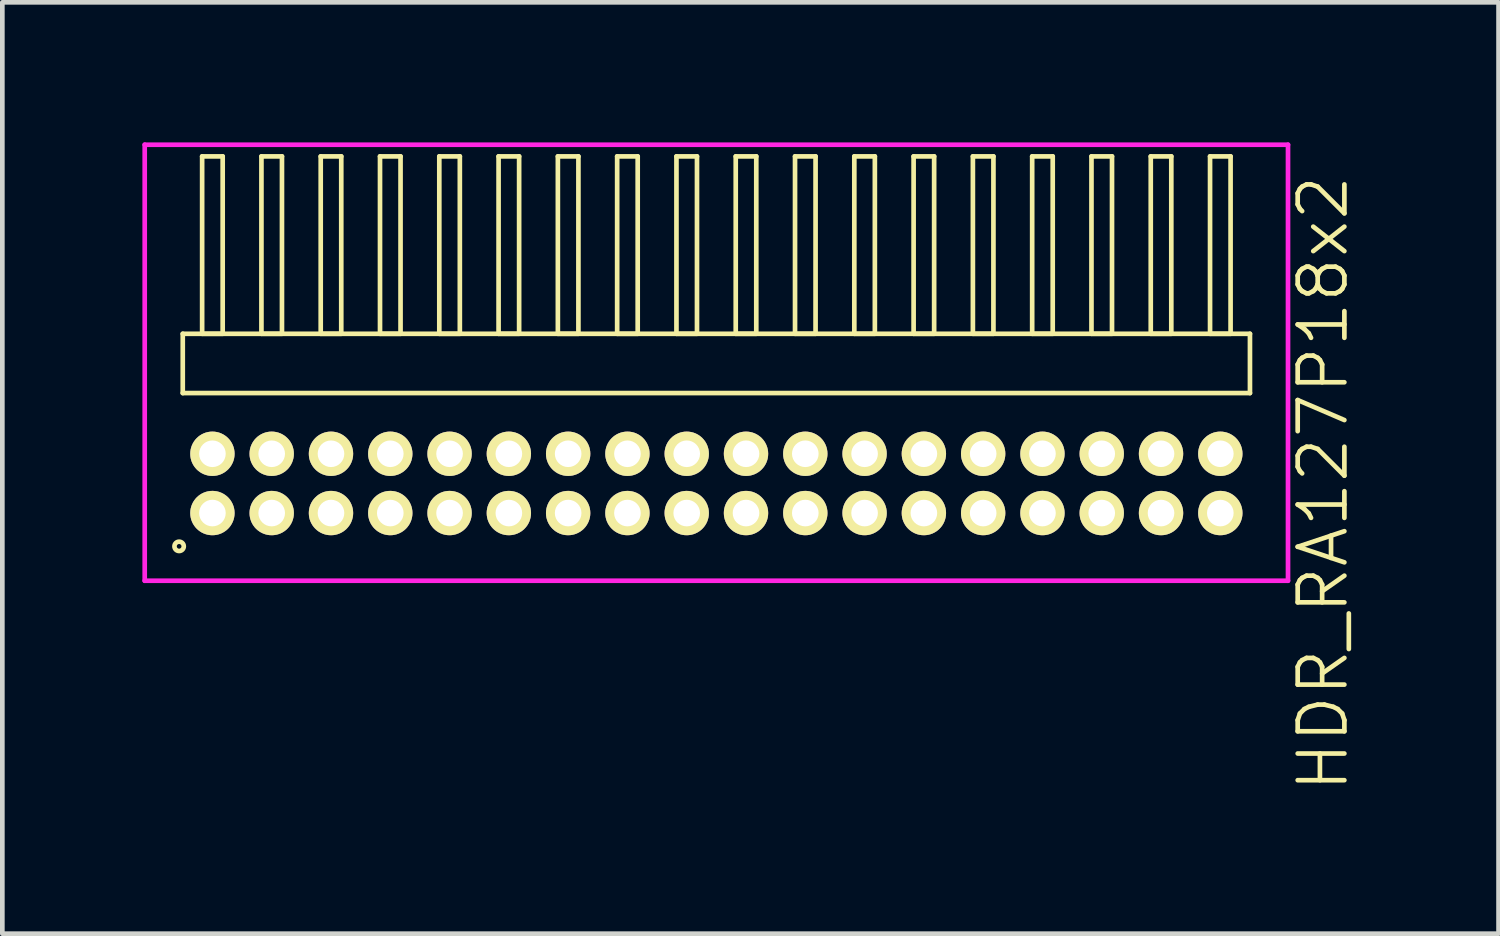
<source format=kicad_pcb>
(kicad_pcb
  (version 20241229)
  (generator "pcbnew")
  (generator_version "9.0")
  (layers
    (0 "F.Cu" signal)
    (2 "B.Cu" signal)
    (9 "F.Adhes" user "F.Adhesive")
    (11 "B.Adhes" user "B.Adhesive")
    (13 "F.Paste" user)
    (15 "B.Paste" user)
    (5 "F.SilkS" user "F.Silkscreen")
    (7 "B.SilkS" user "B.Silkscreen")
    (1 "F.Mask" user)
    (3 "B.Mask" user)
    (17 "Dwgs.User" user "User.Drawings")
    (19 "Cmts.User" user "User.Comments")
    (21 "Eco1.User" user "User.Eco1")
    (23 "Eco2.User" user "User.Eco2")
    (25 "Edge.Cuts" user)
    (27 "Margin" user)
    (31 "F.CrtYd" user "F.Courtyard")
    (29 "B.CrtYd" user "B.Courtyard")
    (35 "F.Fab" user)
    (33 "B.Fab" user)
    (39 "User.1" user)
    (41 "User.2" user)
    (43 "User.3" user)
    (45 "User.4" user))
  (footprint "HDR_RA127P18x2"
    (layer "F.Cu")
    (at 12.295 7.305)
    (property "Reference" "HDR_RA127P18x2" (at 12.995 0 90) (layer "F.SilkS") (effects (font (size 1 1) (thickness 0.1))))
    (attr through_hole)
    (fp_line (start -11.43 -3.205) (end -11.43 -1.935) (stroke (width 0.1) (type solid)) (layer "F.SilkS"))
    (fp_line (start -11.43 -1.935) (end 11.43 -1.935) (stroke (width 0.1) (type solid)) (layer "F.SilkS"))
    (fp_line (start -11.015 -7.005) (end -11.015 -3.205) (stroke (width 0.1) (type solid)) (layer "F.SilkS"))
    (fp_line (start -11.015 -3.205) (end -10.575 -3.205) (stroke (width 0.1) (type solid)) (layer "F.SilkS"))
    (fp_line (start -10.575 -7.005) (end -11.015 -7.005) (stroke (width 0.1) (type solid)) (layer "F.SilkS"))
    (fp_line (start -10.575 -3.205) (end -10.575 -7.005) (stroke (width 0.1) (type solid)) (layer "F.SilkS"))
    (fp_line (start -9.745 -7.005) (end -9.745 -3.205) (stroke (width 0.1) (type solid)) (layer "F.SilkS"))
    (fp_line (start -9.745 -3.205) (end -9.305 -3.205) (stroke (width 0.1) (type solid)) (layer "F.SilkS"))
    (fp_line (start -9.305 -7.005) (end -9.745 -7.005) (stroke (width 0.1) (type solid)) (layer "F.SilkS"))
    (fp_line (start -9.305 -3.205) (end -9.305 -7.005) (stroke (width 0.1) (type solid)) (layer "F.SilkS"))
    (fp_line (start -8.475 -7.005) (end -8.475 -3.205) (stroke (width 0.1) (type solid)) (layer "F.SilkS"))
    (fp_line (start -8.475 -3.205) (end -8.035 -3.205) (stroke (width 0.1) (type solid)) (layer "F.SilkS"))
    (fp_line (start -8.035 -7.005) (end -8.475 -7.005) (stroke (width 0.1) (type solid)) (layer "F.SilkS"))
    (fp_line (start -8.035 -3.205) (end -8.035 -7.005) (stroke (width 0.1) (type solid)) (layer "F.SilkS"))
    (fp_line (start -7.205 -7.005) (end -7.205 -3.205) (stroke (width 0.1) (type solid)) (layer "F.SilkS"))
    (fp_line (start -7.205 -3.205) (end -6.765 -3.205) (stroke (width 0.1) (type solid)) (layer "F.SilkS"))
    (fp_line (start -6.765 -7.005) (end -7.205 -7.005) (stroke (width 0.1) (type solid)) (layer "F.SilkS"))
    (fp_line (start -6.765 -3.205) (end -6.765 -7.005) (stroke (width 0.1) (type solid)) (layer "F.SilkS"))
    (fp_line (start -5.935 -7.005) (end -5.935 -3.205) (stroke (width 0.1) (type solid)) (layer "F.SilkS"))
    (fp_line (start -5.935 -3.205) (end -5.495 -3.205) (stroke (width 0.1) (type solid)) (layer "F.SilkS"))
    (fp_line (start -5.495 -7.005) (end -5.935 -7.005) (stroke (width 0.1) (type solid)) (layer "F.SilkS"))
    (fp_line (start -5.495 -3.205) (end -5.495 -7.005) (stroke (width 0.1) (type solid)) (layer "F.SilkS"))
    (fp_line (start -4.665 -7.005) (end -4.665 -3.205) (stroke (width 0.1) (type solid)) (layer "F.SilkS"))
    (fp_line (start -4.665 -3.205) (end -4.225 -3.205) (stroke (width 0.1) (type solid)) (layer "F.SilkS"))
    (fp_line (start -4.225 -7.005) (end -4.665 -7.005) (stroke (width 0.1) (type solid)) (layer "F.SilkS"))
    (fp_line (start -4.225 -3.205) (end -4.225 -7.005) (stroke (width 0.1) (type solid)) (layer "F.SilkS"))
    (fp_line (start -3.395 -7.005) (end -3.395 -3.205) (stroke (width 0.1) (type solid)) (layer "F.SilkS"))
    (fp_line (start -3.395 -3.205) (end -2.955 -3.205) (stroke (width 0.1) (type solid)) (layer "F.SilkS"))
    (fp_line (start -2.955 -7.005) (end -3.395 -7.005) (stroke (width 0.1) (type solid)) (layer "F.SilkS"))
    (fp_line (start -2.955 -3.205) (end -2.955 -7.005) (stroke (width 0.1) (type solid)) (layer "F.SilkS"))
    (fp_line (start -2.125 -7.005) (end -2.125 -3.205) (stroke (width 0.1) (type solid)) (layer "F.SilkS"))
    (fp_line (start -2.125 -3.205) (end -1.685 -3.205) (stroke (width 0.1) (type solid)) (layer "F.SilkS"))
    (fp_line (start -1.685 -7.005) (end -2.125 -7.005) (stroke (width 0.1) (type solid)) (layer "F.SilkS"))
    (fp_line (start -1.685 -3.205) (end -1.685 -7.005) (stroke (width 0.1) (type solid)) (layer "F.SilkS"))
    (fp_line (start -0.855 -7.005) (end -0.855 -3.205) (stroke (width 0.1) (type solid)) (layer "F.SilkS"))
    (fp_line (start -0.855 -3.205) (end -0.415 -3.205) (stroke (width 0.1) (type solid)) (layer "F.SilkS"))
    (fp_line (start -0.415 -7.005) (end -0.855 -7.005) (stroke (width 0.1) (type solid)) (layer "F.SilkS"))
    (fp_line (start -0.415 -3.205) (end -0.415 -7.005) (stroke (width 0.1) (type solid)) (layer "F.SilkS"))
    (fp_line (start 0.415 -7.005) (end 0.415 -3.205) (stroke (width 0.1) (type solid)) (layer "F.SilkS"))
    (fp_line (start 0.415 -3.205) (end 0.855 -3.205) (stroke (width 0.1) (type solid)) (layer "F.SilkS"))
    (fp_line (start 0.855 -7.005) (end 0.415 -7.005) (stroke (width 0.1) (type solid)) (layer "F.SilkS"))
    (fp_line (start 0.855 -3.205) (end 0.855 -7.005) (stroke (width 0.1) (type solid)) (layer "F.SilkS"))
    (fp_line (start 1.685 -7.005) (end 1.685 -3.205) (stroke (width 0.1) (type solid)) (layer "F.SilkS"))
    (fp_line (start 1.685 -3.205) (end 2.125 -3.205) (stroke (width 0.1) (type solid)) (layer "F.SilkS"))
    (fp_line (start 2.125 -7.005) (end 1.685 -7.005) (stroke (width 0.1) (type solid)) (layer "F.SilkS"))
    (fp_line (start 2.125 -3.205) (end 2.125 -7.005) (stroke (width 0.1) (type solid)) (layer "F.SilkS"))
    (fp_line (start 2.955 -7.005) (end 2.955 -3.205) (stroke (width 0.1) (type solid)) (layer "F.SilkS"))
    (fp_line (start 2.955 -3.205) (end 3.395 -3.205) (stroke (width 0.1) (type solid)) (layer "F.SilkS"))
    (fp_line (start 3.395 -7.005) (end 2.955 -7.005) (stroke (width 0.1) (type solid)) (layer "F.SilkS"))
    (fp_line (start 3.395 -3.205) (end 3.395 -7.005) (stroke (width 0.1) (type solid)) (layer "F.SilkS"))
    (fp_line (start 4.225 -7.005) (end 4.225 -3.205) (stroke (width 0.1) (type solid)) (layer "F.SilkS"))
    (fp_line (start 4.225 -3.205) (end 4.665 -3.205) (stroke (width 0.1) (type solid)) (layer "F.SilkS"))
    (fp_line (start 4.665 -7.005) (end 4.225 -7.005) (stroke (width 0.1) (type solid)) (layer "F.SilkS"))
    (fp_line (start 4.665 -3.205) (end 4.665 -7.005) (stroke (width 0.1) (type solid)) (layer "F.SilkS"))
    (fp_line (start 5.495 -7.005) (end 5.495 -3.205) (stroke (width 0.1) (type solid)) (layer "F.SilkS"))
    (fp_line (start 5.495 -3.205) (end 5.935 -3.205) (stroke (width 0.1) (type solid)) (layer "F.SilkS"))
    (fp_line (start 5.935 -7.005) (end 5.495 -7.005) (stroke (width 0.1) (type solid)) (layer "F.SilkS"))
    (fp_line (start 5.935 -3.205) (end 5.935 -7.005) (stroke (width 0.1) (type solid)) (layer "F.SilkS"))
    (fp_line (start 6.765 -7.005) (end 6.765 -3.205) (stroke (width 0.1) (type solid)) (layer "F.SilkS"))
    (fp_line (start 6.765 -3.205) (end 7.205 -3.205) (stroke (width 0.1) (type solid)) (layer "F.SilkS"))
    (fp_line (start 7.205 -7.005) (end 6.765 -7.005) (stroke (width 0.1) (type solid)) (layer "F.SilkS"))
    (fp_line (start 7.205 -3.205) (end 7.205 -7.005) (stroke (width 0.1) (type solid)) (layer "F.SilkS"))
    (fp_line (start 8.035 -7.005) (end 8.035 -3.205) (stroke (width 0.1) (type solid)) (layer "F.SilkS"))
    (fp_line (start 8.035 -3.205) (end 8.475 -3.205) (stroke (width 0.1) (type solid)) (layer "F.SilkS"))
    (fp_line (start 8.475 -7.005) (end 8.035 -7.005) (stroke (width 0.1) (type solid)) (layer "F.SilkS"))
    (fp_line (start 8.475 -3.205) (end 8.475 -7.005) (stroke (width 0.1) (type solid)) (layer "F.SilkS"))
    (fp_line (start 9.305 -7.005) (end 9.305 -3.205) (stroke (width 0.1) (type solid)) (layer "F.SilkS"))
    (fp_line (start 9.305 -3.205) (end 9.745 -3.205) (stroke (width 0.1) (type solid)) (layer "F.SilkS"))
    (fp_line (start 9.745 -7.005) (end 9.305 -7.005) (stroke (width 0.1) (type solid)) (layer "F.SilkS"))
    (fp_line (start 9.745 -3.205) (end 9.745 -7.005) (stroke (width 0.1) (type solid)) (layer "F.SilkS"))
    (fp_line (start 10.575 -7.005) (end 10.575 -3.205) (stroke (width 0.1) (type solid)) (layer "F.SilkS"))
    (fp_line (start 10.575 -3.205) (end 11.015 -3.205) (stroke (width 0.1) (type solid)) (layer "F.SilkS"))
    (fp_line (start 11.015 -7.005) (end 10.575 -7.005) (stroke (width 0.1) (type solid)) (layer "F.SilkS"))
    (fp_line (start 11.015 -3.205) (end 11.015 -7.005) (stroke (width 0.1) (type solid)) (layer "F.SilkS"))
    (fp_line (start 11.43 -3.205) (end -11.43 -3.205) (stroke (width 0.1) (type solid)) (layer "F.SilkS"))
    (fp_line (start 11.43 -1.935) (end 11.43 -3.205) (stroke (width 0.1) (type solid)) (layer "F.SilkS"))
    (fp_circle (center -11.508 1.348) (end -11.408 1.348) (stroke (width 0.1) (type solid)) (fill no) (layer "F.SilkS"))
    (fp_line (start -12.245 -7.255) (end -12.245 2.085) (stroke (width 0.1) (type solid)) (layer "F.CrtYd"))
    (fp_line (start -12.245 2.085) (end 12.245 2.085) (stroke (width 0.1) (type solid)) (layer "F.CrtYd"))
    (fp_line (start 12.245 -7.255) (end -12.245 -7.255) (stroke (width 0.1) (type solid)) (layer "F.CrtYd"))
    (fp_line (start 12.245 2.085) (end 12.245 -7.255) (stroke (width 0.1) (type solid)) (layer "F.CrtYd"))
    (pad "1" thru_hole oval (at -10.795 0.635) (size 0.95 0.95) (drill 0.57) (layers "*.Cu" "*.Mask" "F.SilkS"))
    (pad "2" thru_hole oval (at -10.795 -0.635) (size 0.95 0.95) (drill 0.57) (layers "*.Cu" "*.Mask" "F.SilkS"))
    (pad "3" thru_hole oval (at -9.525 0.635) (size 0.95 0.95) (drill 0.57) (layers "*.Cu" "*.Mask" "F.SilkS"))
    (pad "4" thru_hole oval (at -9.525 -0.635) (size 0.95 0.95) (drill 0.57) (layers "*.Cu" "*.Mask" "F.SilkS"))
    (pad "5" thru_hole oval (at -8.255 0.635) (size 0.95 0.95) (drill 0.57) (layers "*.Cu" "*.Mask" "F.SilkS"))
    (pad "6" thru_hole oval (at -8.255 -0.635) (size 0.95 0.95) (drill 0.57) (layers "*.Cu" "*.Mask" "F.SilkS"))
    (pad "7" thru_hole oval (at -6.985 0.635) (size 0.95 0.95) (drill 0.57) (layers "*.Cu" "*.Mask" "F.SilkS"))
    (pad "8" thru_hole oval (at -6.985 -0.635) (size 0.95 0.95) (drill 0.57) (layers "*.Cu" "*.Mask" "F.SilkS"))
    (pad "9" thru_hole oval (at -5.715 0.635) (size 0.95 0.95) (drill 0.57) (layers "*.Cu" "*.Mask" "F.SilkS"))
    (pad "10" thru_hole oval (at -5.715 -0.635) (size 0.95 0.95) (drill 0.57) (layers "*.Cu" "*.Mask" "F.SilkS"))
    (pad "11" thru_hole oval (at -4.445 0.635) (size 0.95 0.95) (drill 0.57) (layers "*.Cu" "*.Mask" "F.SilkS"))
    (pad "12" thru_hole oval (at -4.445 -0.635) (size 0.95 0.95) (drill 0.57) (layers "*.Cu" "*.Mask" "F.SilkS"))
    (pad "13" thru_hole oval (at -3.175 0.635) (size 0.95 0.95) (drill 0.57) (layers "*.Cu" "*.Mask" "F.SilkS"))
    (pad "14" thru_hole oval (at -3.175 -0.635) (size 0.95 0.95) (drill 0.57) (layers "*.Cu" "*.Mask" "F.SilkS"))
    (pad "15" thru_hole oval (at -1.905 0.635) (size 0.95 0.95) (drill 0.57) (layers "*.Cu" "*.Mask" "F.SilkS"))
    (pad "16" thru_hole oval (at -1.905 -0.635) (size 0.95 0.95) (drill 0.57) (layers "*.Cu" "*.Mask" "F.SilkS"))
    (pad "17" thru_hole oval (at -0.635 0.635) (size 0.95 0.95) (drill 0.57) (layers "*.Cu" "*.Mask" "F.SilkS"))
    (pad "18" thru_hole oval (at -0.635 -0.635) (size 0.95 0.95) (drill 0.57) (layers "*.Cu" "*.Mask" "F.SilkS"))
    (pad "19" thru_hole oval (at 0.635 0.635) (size 0.95 0.95) (drill 0.57) (layers "*.Cu" "*.Mask" "F.SilkS"))
    (pad "20" thru_hole oval (at 0.635 -0.635) (size 0.95 0.95) (drill 0.57) (layers "*.Cu" "*.Mask" "F.SilkS"))
    (pad "21" thru_hole oval (at 1.905 0.635) (size 0.95 0.95) (drill 0.57) (layers "*.Cu" "*.Mask" "F.SilkS"))
    (pad "22" thru_hole oval (at 1.905 -0.635) (size 0.95 0.95) (drill 0.57) (layers "*.Cu" "*.Mask" "F.SilkS"))
    (pad "23" thru_hole oval (at 3.175 0.635) (size 0.95 0.95) (drill 0.57) (layers "*.Cu" "*.Mask" "F.SilkS"))
    (pad "24" thru_hole oval (at 3.175 -0.635) (size 0.95 0.95) (drill 0.57) (layers "*.Cu" "*.Mask" "F.SilkS"))
    (pad "25" thru_hole oval (at 4.445 0.635) (size 0.95 0.95) (drill 0.57) (layers "*.Cu" "*.Mask" "F.SilkS"))
    (pad "26" thru_hole oval (at 4.445 -0.635) (size 0.95 0.95) (drill 0.57) (layers "*.Cu" "*.Mask" "F.SilkS"))
    (pad "27" thru_hole oval (at 5.715 0.635) (size 0.95 0.95) (drill 0.57) (layers "*.Cu" "*.Mask" "F.SilkS"))
    (pad "28" thru_hole oval (at 5.715 -0.635) (size 0.95 0.95) (drill 0.57) (layers "*.Cu" "*.Mask" "F.SilkS"))
    (pad "29" thru_hole oval (at 6.985 0.635) (size 0.95 0.95) (drill 0.57) (layers "*.Cu" "*.Mask" "F.SilkS"))
    (pad "30" thru_hole oval (at 6.985 -0.635) (size 0.95 0.95) (drill 0.57) (layers "*.Cu" "*.Mask" "F.SilkS"))
    (pad "31" thru_hole oval (at 8.255 0.635) (size 0.95 0.95) (drill 0.57) (layers "*.Cu" "*.Mask" "F.SilkS"))
    (pad "32" thru_hole oval (at 8.255 -0.635) (size 0.95 0.95) (drill 0.57) (layers "*.Cu" "*.Mask" "F.SilkS"))
    (pad "33" thru_hole oval (at 9.525 0.635) (size 0.95 0.95) (drill 0.57) (layers "*.Cu" "*.Mask" "F.SilkS"))
    (pad "34" thru_hole oval (at 9.525 -0.635) (size 0.95 0.95) (drill 0.57) (layers "*.Cu" "*.Mask" "F.SilkS"))
    (pad "35" thru_hole oval (at 10.795 0.635) (size 0.95 0.95) (drill 0.57) (layers "*.Cu" "*.Mask" "F.SilkS"))
    (pad "36" thru_hole oval (at 10.795 -0.635) (size 0.95 0.95) (drill 0.57) (layers "*.Cu" "*.Mask" "F.SilkS")))
  (gr_rect
    (start -3 -3)
    (end 29.05 16.95)
    (stroke (width 0.1) (type default))
    (fill no)
    (layer "Edge.Cuts")))
</source>
